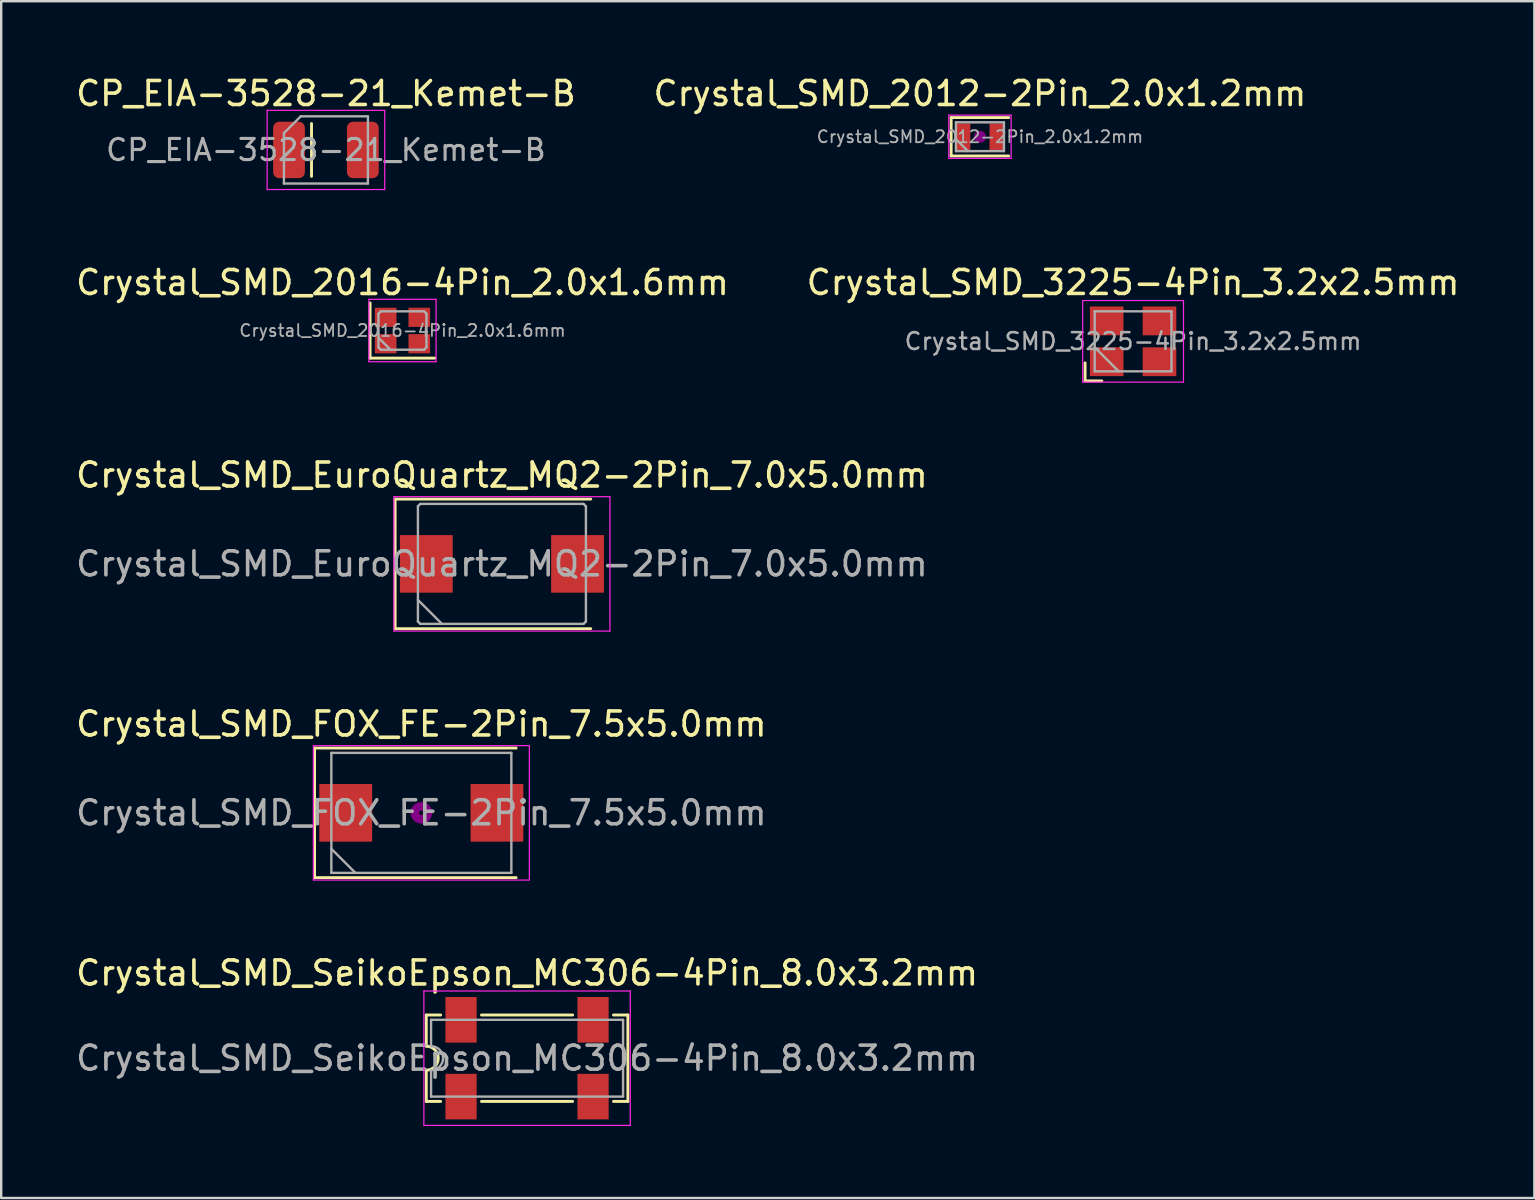
<source format=kicad_pcb>
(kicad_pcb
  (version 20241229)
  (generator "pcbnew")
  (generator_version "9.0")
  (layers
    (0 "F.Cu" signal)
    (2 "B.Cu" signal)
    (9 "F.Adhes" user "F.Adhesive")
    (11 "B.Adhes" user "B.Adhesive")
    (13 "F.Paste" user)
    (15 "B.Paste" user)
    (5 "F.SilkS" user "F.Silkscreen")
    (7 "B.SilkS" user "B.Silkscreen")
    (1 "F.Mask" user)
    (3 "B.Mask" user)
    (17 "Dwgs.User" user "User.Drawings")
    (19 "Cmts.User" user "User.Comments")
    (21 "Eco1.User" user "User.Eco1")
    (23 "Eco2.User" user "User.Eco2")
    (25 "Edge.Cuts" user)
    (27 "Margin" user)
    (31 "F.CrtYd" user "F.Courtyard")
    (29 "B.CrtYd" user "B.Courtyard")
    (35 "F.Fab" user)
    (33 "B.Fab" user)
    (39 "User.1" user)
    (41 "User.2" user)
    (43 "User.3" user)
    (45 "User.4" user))
  (footprint "CP_EIA-3528-21_Kemet-B"
    (layer "F.Cu")
    (at 10.53 3.198)
    (property "Reference" "CP_EIA-3528-21_Kemet-B" (at 0 -2.35 0) (layer "F.SilkS") (effects (font (size 1 1) (thickness 0.15))))
    (attr smd)
    (fp_line (start -0.6 -1.1) (end -0.6 1.1) (stroke (width 0.12) (type solid)) (layer "F.SilkS"))
    (fp_line (start -2.45 -1.65) (end 2.45 -1.65) (stroke (width 0.05) (type solid)) (layer "F.CrtYd"))
    (fp_line (start -2.45 1.65) (end -2.45 -1.65) (stroke (width 0.05) (type solid)) (layer "F.CrtYd"))
    (fp_line (start 2.45 -1.65) (end 2.45 1.65) (stroke (width 0.05) (type solid)) (layer "F.CrtYd"))
    (fp_line (start 2.45 1.65) (end -2.45 1.65) (stroke (width 0.05) (type solid)) (layer "F.CrtYd"))
    (fp_line (start -1.75 -0.7) (end -1.75 1.4) (stroke (width 0.1) (type solid)) (layer "F.Fab"))
    (fp_line (start -1.75 1.4) (end 1.75 1.4) (stroke (width 0.1) (type solid)) (layer "F.Fab"))
    (fp_line (start -1.05 -1.4) (end -1.75 -0.7) (stroke (width 0.1) (type solid)) (layer "F.Fab"))
    (fp_line (start 1.75 -1.4) (end -1.05 -1.4) (stroke (width 0.1) (type solid)) (layer "F.Fab"))
    (fp_line (start 1.75 1.4) (end 1.75 -1.4) (stroke (width 0.1) (type solid)) (layer "F.Fab"))
    (fp_text user "${REFERENCE}" (at 0 0 0) (layer "F.Fab") (effects (font (size 0.88 0.88) (thickness 0.13))))
    (pad "1" smd roundrect (at -1.538 0) (size 1.325 2.35) (layers "F.Cu" "F.Mask" "F.Paste") (roundrect_rratio 0.189))
    (pad "2" smd roundrect (at 1.538 0) (size 1.325 2.35) (layers "F.Cu" "F.Mask" "F.Paste") (roundrect_rratio 0.189)))
  (footprint "Crystal_SMD_SeikoEpson_MC306-4Pin_8.0x3.2mm"
    (layer "F.Cu")
    (at 18.911 41.041)
    (property "Reference" "Crystal_SMD_SeikoEpson_MC306-4Pin_8.0x3.2mm" (at 0 -3.55 0) (layer "F.SilkS") (effects (font (size 1 1) (thickness 0.15))))
    (attr smd)
    (fp_line (start -4.2 -1.8) (end -3.6 -1.8) (stroke (width 0.12) (type solid)) (layer "F.SilkS"))
    (fp_line (start -4.2 -0.5) (end -4.2 -1.8) (stroke (width 0.12) (type solid)) (layer "F.SilkS"))
    (fp_line (start -4.2 1.8) (end -4.2 0.5) (stroke (width 0.12) (type solid)) (layer "F.SilkS"))
    (fp_line (start -4.2 1.8) (end -3.6 1.8) (stroke (width 0.12) (type solid)) (layer "F.SilkS"))
    (fp_line (start -1.9 -1.8) (end 1.9 -1.8) (stroke (width 0.12) (type solid)) (layer "F.SilkS"))
    (fp_line (start 1.9 1.8) (end -1.9 1.8) (stroke (width 0.12) (type solid)) (layer "F.SilkS"))
    (fp_line (start 3.6 -1.8) (end 4.2 -1.8) (stroke (width 0.12) (type solid)) (layer "F.SilkS"))
    (fp_line (start 4.2 -1.8) (end 4.2 1.8) (stroke (width 0.12) (type solid)) (layer "F.SilkS"))
    (fp_line (start 4.2 1.8) (end 3.6 1.8) (stroke (width 0.12) (type solid)) (layer "F.SilkS"))
    (fp_arc (start -4.2 -0.5) (mid -3.7 0) (end -4.2 0.5) (stroke (width 0.12) (type solid)) (layer "F.SilkS"))
    (fp_line (start -4.3 -2.8) (end -4.3 2.8) (stroke (width 0.05) (type solid)) (layer "F.CrtYd"))
    (fp_line (start -4.3 2.8) (end 4.3 2.8) (stroke (width 0.05) (type solid)) (layer "F.CrtYd"))
    (fp_line (start 4.3 -2.8) (end -4.3 -2.8) (stroke (width 0.05) (type solid)) (layer "F.CrtYd"))
    (fp_line (start 4.3 2.8) (end 4.3 -2.8) (stroke (width 0.05) (type solid)) (layer "F.CrtYd"))
    (fp_line (start -4 -1.6) (end 4 -1.6) (stroke (width 0.1) (type solid)) (layer "F.Fab"))
    (fp_line (start -4 -0.5) (end -4 -1.6) (stroke (width 0.1) (type solid)) (layer "F.Fab"))
    (fp_line (start -4 1.6) (end -4 0.5) (stroke (width 0.1) (type solid)) (layer "F.Fab"))
    (fp_line (start 4 -1.6) (end 4 1.6) (stroke (width 0.1) (type solid)) (layer "F.Fab"))
    (fp_line (start 4 1.6) (end -4 1.6) (stroke (width 0.1) (type solid)) (layer "F.Fab"))
    (fp_arc (start -4 -0.5) (mid -3.5 0) (end -4 0.5) (stroke (width 0.1) (type solid)) (layer "F.Fab"))
    (fp_text user "${REFERENCE}" (at 0 0 0) (layer "F.Fab") (effects (font (size 1 1) (thickness 0.15))))
    (pad "1" smd rect (at -2.75 1.6) (size 1.3 1.9) (layers "F.Cu" "F.Mask" "F.Paste"))
    (pad "2" smd rect (at 2.75 1.6) (size 1.3 1.9) (layers "F.Cu" "F.Mask" "F.Paste"))
    (pad "3" smd rect (at 2.75 -1.6) (size 1.3 1.9) (layers "F.Cu" "F.Mask" "F.Paste"))
    (pad "4" smd rect (at -2.75 -1.6) (size 1.3 1.9) (layers "F.Cu" "F.Mask" "F.Paste")))
  (footprint "Crystal_SMD_EuroQuartz_MQ2-2Pin_7.0x5.0mm"
    (layer "F.Cu")
    (at 17.863 20.445)
    (property "Reference" "Crystal_SMD_EuroQuartz_MQ2-2Pin_7.0x5.0mm" (at 0 -3.7 0) (layer "F.SilkS") (effects (font (size 1 1) (thickness 0.15))))
    (attr smd)
    (fp_line (start -4.45 -2.7) (end -4.45 2.7) (stroke (width 0.12) (type solid)) (layer "F.SilkS"))
    (fp_line (start -4.45 2.7) (end 3.7 2.7) (stroke (width 0.12) (type solid)) (layer "F.SilkS"))
    (fp_line (start 3.7 -2.7) (end -4.45 -2.7) (stroke (width 0.12) (type solid)) (layer "F.SilkS"))
    (fp_line (start -4.5 -2.8) (end -4.5 2.8) (stroke (width 0.05) (type solid)) (layer "F.CrtYd"))
    (fp_line (start -4.5 2.8) (end 4.5 2.8) (stroke (width 0.05) (type solid)) (layer "F.CrtYd"))
    (fp_line (start 4.5 -2.8) (end -4.5 -2.8) (stroke (width 0.05) (type solid)) (layer "F.CrtYd"))
    (fp_line (start 4.5 2.8) (end 4.5 -2.8) (stroke (width 0.05) (type solid)) (layer "F.CrtYd"))
    (fp_line (start -3.5 -2.4) (end -3.4 -2.5) (stroke (width 0.1) (type solid)) (layer "F.Fab"))
    (fp_line (start -3.5 1.5) (end -2.5 2.5) (stroke (width 0.1) (type solid)) (layer "F.Fab"))
    (fp_line (start -3.5 2.4) (end -3.5 -2.4) (stroke (width 0.1) (type solid)) (layer "F.Fab"))
    (fp_line (start -3.4 -2.5) (end 3.4 -2.5) (stroke (width 0.1) (type solid)) (layer "F.Fab"))
    (fp_line (start -3.4 2.5) (end -3.5 2.4) (stroke (width 0.1) (type solid)) (layer "F.Fab"))
    (fp_line (start 3.4 -2.5) (end 3.5 -2.4) (stroke (width 0.1) (type solid)) (layer "F.Fab"))
    (fp_line (start 3.4 2.5) (end -3.4 2.5) (stroke (width 0.1) (type solid)) (layer "F.Fab"))
    (fp_line (start 3.5 -2.4) (end 3.5 2.4) (stroke (width 0.1) (type solid)) (layer "F.Fab"))
    (fp_line (start 3.5 2.4) (end 3.4 2.5) (stroke (width 0.1) (type solid)) (layer "F.Fab"))
    (fp_text user "${REFERENCE}" (at 0 0 0) (layer "F.Fab") (effects (font (size 1 1) (thickness 0.15))))
    (pad "1" smd rect (at -3.15 0) (size 2.2 2.4) (layers "F.Cu" "F.Mask" "F.Paste"))
    (pad "2" smd rect (at 3.15 0) (size 2.2 2.4) (layers "F.Cu" "F.Mask" "F.Paste")))
  (footprint "Crystal_SMD_2016-4Pin_2.0x1.6mm"
    (layer "F.Cu")
    (at 13.72 10.722)
    (property "Reference" "Crystal_SMD_2016-4Pin_2.0x1.6mm" (at 0 -2 0) (layer "F.SilkS") (effects (font (size 1 1) (thickness 0.15))))
    (attr smd)
    (fp_line (start -1.35 -1.15) (end -1.35 1.15) (stroke (width 0.12) (type solid)) (layer "F.SilkS"))
    (fp_line (start -1.35 1.15) (end 1.35 1.15) (stroke (width 0.12) (type solid)) (layer "F.SilkS"))
    (fp_line (start -1.4 -1.3) (end -1.4 1.3) (stroke (width 0.05) (type solid)) (layer "F.CrtYd"))
    (fp_line (start -1.4 1.3) (end 1.4 1.3) (stroke (width 0.05) (type solid)) (layer "F.CrtYd"))
    (fp_line (start 1.4 -1.3) (end -1.4 -1.3) (stroke (width 0.05) (type solid)) (layer "F.CrtYd"))
    (fp_line (start 1.4 1.3) (end 1.4 -1.3) (stroke (width 0.05) (type solid)) (layer "F.CrtYd"))
    (fp_line (start -1 -0.7) (end -0.9 -0.8) (stroke (width 0.1) (type solid)) (layer "F.Fab"))
    (fp_line (start -1 0.3) (end -0.5 0.8) (stroke (width 0.1) (type solid)) (layer "F.Fab"))
    (fp_line (start -1 0.7) (end -1 -0.7) (stroke (width 0.1) (type solid)) (layer "F.Fab"))
    (fp_line (start -0.9 -0.8) (end 0.9 -0.8) (stroke (width 0.1) (type solid)) (layer "F.Fab"))
    (fp_line (start -0.9 0.8) (end -1 0.7) (stroke (width 0.1) (type solid)) (layer "F.Fab"))
    (fp_line (start 0.9 -0.8) (end 1 -0.7) (stroke (width 0.1) (type solid)) (layer "F.Fab"))
    (fp_line (start 0.9 0.8) (end -0.9 0.8) (stroke (width 0.1) (type solid)) (layer "F.Fab"))
    (fp_line (start 1 -0.7) (end 1 0.7) (stroke (width 0.1) (type solid)) (layer "F.Fab"))
    (fp_line (start 1 0.7) (end 0.9 0.8) (stroke (width 0.1) (type solid)) (layer "F.Fab"))
    (fp_text user "${REFERENCE}" (at 0 0 0) (layer "F.Fab") (effects (font (size 0.5 0.5) (thickness 0.075))))
    (pad "1" smd rect (at -0.7 0.55) (size 0.9 0.8) (layers "F.Cu" "F.Mask" "F.Paste"))
    (pad "2" smd rect (at 0.7 0.55) (size 0.9 0.8) (layers "F.Cu" "F.Mask" "F.Paste"))
    (pad "3" smd rect (at 0.7 -0.55) (size 0.9 0.8) (layers "F.Cu" "F.Mask" "F.Paste"))
    (pad "4" smd rect (at -0.7 -0.55) (size 0.9 0.8) (layers "F.Cu" "F.Mask" "F.Paste")))
  (footprint "Crystal_SMD_3225-4Pin_3.2x2.5mm"
    (layer "F.Cu")
    (at 44.161 11.171)
    (property "Reference" "Crystal_SMD_3225-4Pin_3.2x2.5mm" (at 0 -2.45 0) (layer "F.SilkS") (effects (font (size 1 1) (thickness 0.15))))
    (attr smd)
    (fp_line (start -2 0.9) (end -2 1.65) (stroke (width 0.12) (type solid)) (layer "F.SilkS"))
    (fp_line (start -2 1.65) (end -1.3 1.65) (stroke (width 0.12) (type solid)) (layer "F.SilkS"))
    (fp_line (start -2.1 -1.7) (end -2.1 1.7) (stroke (width 0.05) (type solid)) (layer "F.CrtYd"))
    (fp_line (start -2.1 1.7) (end 2.1 1.7) (stroke (width 0.05) (type solid)) (layer "F.CrtYd"))
    (fp_line (start 2.1 -1.7) (end -2.1 -1.7) (stroke (width 0.05) (type solid)) (layer "F.CrtYd"))
    (fp_line (start 2.1 1.7) (end 2.1 -1.7) (stroke (width 0.05) (type solid)) (layer "F.CrtYd"))
    (fp_line (start -1.6 -1.25) (end -1.6 1.25) (stroke (width 0.1) (type solid)) (layer "F.Fab"))
    (fp_line (start -1.6 0.25) (end -0.6 1.25) (stroke (width 0.1) (type solid)) (layer "F.Fab"))
    (fp_line (start -1.6 1.25) (end 1.6 1.25) (stroke (width 0.1) (type solid)) (layer "F.Fab"))
    (fp_line (start 1.6 -1.25) (end -1.6 -1.25) (stroke (width 0.1) (type solid)) (layer "F.Fab"))
    (fp_line (start 1.6 1.25) (end 1.6 -1.25) (stroke (width 0.1) (type solid)) (layer "F.Fab"))
    (fp_text user "${REFERENCE}" (at 0 0 0) (layer "F.Fab") (effects (font (size 0.7 0.7) (thickness 0.105))))
    (pad "1" smd rect (at -1.1 0.85) (size 1.4 1.2) (layers "F.Cu" "F.Mask" "F.Paste"))
    (pad "2" smd rect (at 1.1 0.85) (size 1.4 1.2) (layers "F.Cu" "F.Mask" "F.Paste"))
    (pad "3" smd rect (at 1.1 -0.85) (size 1.4 1.2) (layers "F.Cu" "F.Mask" "F.Paste"))
    (pad "4" smd rect (at -1.1 -0.85) (size 1.4 1.2) (layers "F.Cu" "F.Mask" "F.Paste")))
  (footprint "Crystal_SMD_2012-2Pin_2.0x1.2mm"
    (layer "F.Cu")
    (at 37.78 2.648)
    (property "Reference" "Crystal_SMD_2012-2Pin_2.0x1.2mm" (at 0 -1.8 0) (layer "F.SilkS") (effects (font (size 1 1) (thickness 0.15))))
    (attr smd)
    (fp_line (start -1.2 -0.8) (end -1.2 0.8) (stroke (width 0.12) (type solid)) (layer "F.SilkS"))
    (fp_line (start -1.2 0.8) (end 1.2 0.8) (stroke (width 0.12) (type solid)) (layer "F.SilkS"))
    (fp_line (start 1.2 -0.8) (end -1.2 -0.8) (stroke (width 0.12) (type solid)) (layer "F.SilkS"))
    (fp_circle (center 0 0) (end 0.047 0) (stroke (width 0.093) (type solid)) (fill no) (layer "F.Adhes"))
    (fp_circle (center 0 0) (end 0.107 0) (stroke (width 0.067) (type solid)) (fill no) (layer "F.Adhes"))
    (fp_circle (center 0 0) (end 0.167 0) (stroke (width 0.067) (type solid)) (fill no) (layer "F.Adhes"))
    (fp_circle (center 0 0) (end 0.2 0) (stroke (width 0.1) (type solid)) (fill no) (layer "F.Adhes"))
    (fp_line (start -1.3 -0.9) (end -1.3 0.9) (stroke (width 0.05) (type solid)) (layer "F.CrtYd"))
    (fp_line (start -1.3 0.9) (end 1.3 0.9) (stroke (width 0.05) (type solid)) (layer "F.CrtYd"))
    (fp_line (start 1.3 -0.9) (end -1.3 -0.9) (stroke (width 0.05) (type solid)) (layer "F.CrtYd"))
    (fp_line (start 1.3 0.9) (end 1.3 -0.9) (stroke (width 0.05) (type solid)) (layer "F.CrtYd"))
    (fp_line (start -1 -0.6) (end -1 0.6) (stroke (width 0.1) (type solid)) (layer "F.Fab"))
    (fp_line (start -1 0.1) (end -0.5 0.6) (stroke (width 0.1) (type solid)) (layer "F.Fab"))
    (fp_line (start -1 0.6) (end 1 0.6) (stroke (width 0.1) (type solid)) (layer "F.Fab"))
    (fp_line (start 1 -0.6) (end -1 -0.6) (stroke (width 0.1) (type solid)) (layer "F.Fab"))
    (fp_line (start 1 0.6) (end 1 -0.6) (stroke (width 0.1) (type solid)) (layer "F.Fab"))
    (fp_text user "${REFERENCE}" (at 0 0 0) (layer "F.Fab") (effects (font (size 0.5 0.5) (thickness 0.075))))
    (pad "1" smd rect (at -0.7 0) (size 0.6 1.1) (layers "F.Cu" "F.Mask" "F.Paste"))
    (pad "2" smd rect (at 0.7 0) (size 0.6 1.1) (layers "F.Cu" "F.Mask" "F.Paste")))
  (footprint "Crystal_SMD_FOX_FE-2Pin_7.5x5.0mm"
    (layer "F.Cu")
    (at 14.506 30.818)
    (property "Reference" "Crystal_SMD_FOX_FE-2Pin_7.5x5.0mm" (at 0 -3.7 0) (layer "F.SilkS") (effects (font (size 1 1) (thickness 0.15))))
    (attr smd)
    (fp_line (start -4.45 -2.7) (end -4.45 2.7) (stroke (width 0.12) (type solid)) (layer "F.SilkS"))
    (fp_line (start -4.45 2.7) (end 3.95 2.7) (stroke (width 0.12) (type solid)) (layer "F.SilkS"))
    (fp_line (start 3.95 -2.7) (end -4.45 -2.7) (stroke (width 0.12) (type solid)) (layer "F.SilkS"))
    (fp_circle (center 0 0) (end 0.093 0) (stroke (width 0.187) (type solid)) (fill no) (layer "F.Adhes"))
    (fp_circle (center 0 0) (end 0.213 0) (stroke (width 0.133) (type solid)) (fill no) (layer "F.Adhes"))
    (fp_circle (center 0 0) (end 0.333 0) (stroke (width 0.133) (type solid)) (fill no) (layer "F.Adhes"))
    (fp_circle (center 0 0) (end 0.4 0) (stroke (width 0.1) (type solid)) (fill no) (layer "F.Adhes"))
    (fp_line (start -4.5 -2.8) (end -4.5 2.8) (stroke (width 0.05) (type solid)) (layer "F.CrtYd"))
    (fp_line (start -4.5 2.8) (end 4.5 2.8) (stroke (width 0.05) (type solid)) (layer "F.CrtYd"))
    (fp_line (start 4.5 -2.8) (end -4.5 -2.8) (stroke (width 0.05) (type solid)) (layer "F.CrtYd"))
    (fp_line (start 4.5 2.8) (end 4.5 -2.8) (stroke (width 0.05) (type solid)) (layer "F.CrtYd"))
    (fp_line (start -3.75 -2.5) (end -3.75 2.5) (stroke (width 0.1) (type solid)) (layer "F.Fab"))
    (fp_line (start -3.75 1.5) (end -2.75 2.5) (stroke (width 0.1) (type solid)) (layer "F.Fab"))
    (fp_line (start -3.75 2.5) (end 3.75 2.5) (stroke (width 0.1) (type solid)) (layer "F.Fab"))
    (fp_line (start 3.75 -2.5) (end -3.75 -2.5) (stroke (width 0.1) (type solid)) (layer "F.Fab"))
    (fp_line (start 3.75 2.5) (end 3.75 -2.5) (stroke (width 0.1) (type solid)) (layer "F.Fab"))
    (fp_text user "${REFERENCE}" (at 0 0 0) (layer "F.Fab") (effects (font (size 1 1) (thickness 0.15))))
    (pad "1" smd rect (at -3.15 0) (size 2.2 2.4) (layers "F.Cu" "F.Mask" "F.Paste"))
    (pad "2" smd rect (at 3.15 0) (size 2.2 2.4) (layers "F.Cu" "F.Mask" "F.Paste")))
  (gr_rect
    (start -3 -3)
    (end 60.881 46.866)
    (stroke (width 0.1) (type default))
    (fill no)
    (layer "Edge.Cuts")))
</source>
